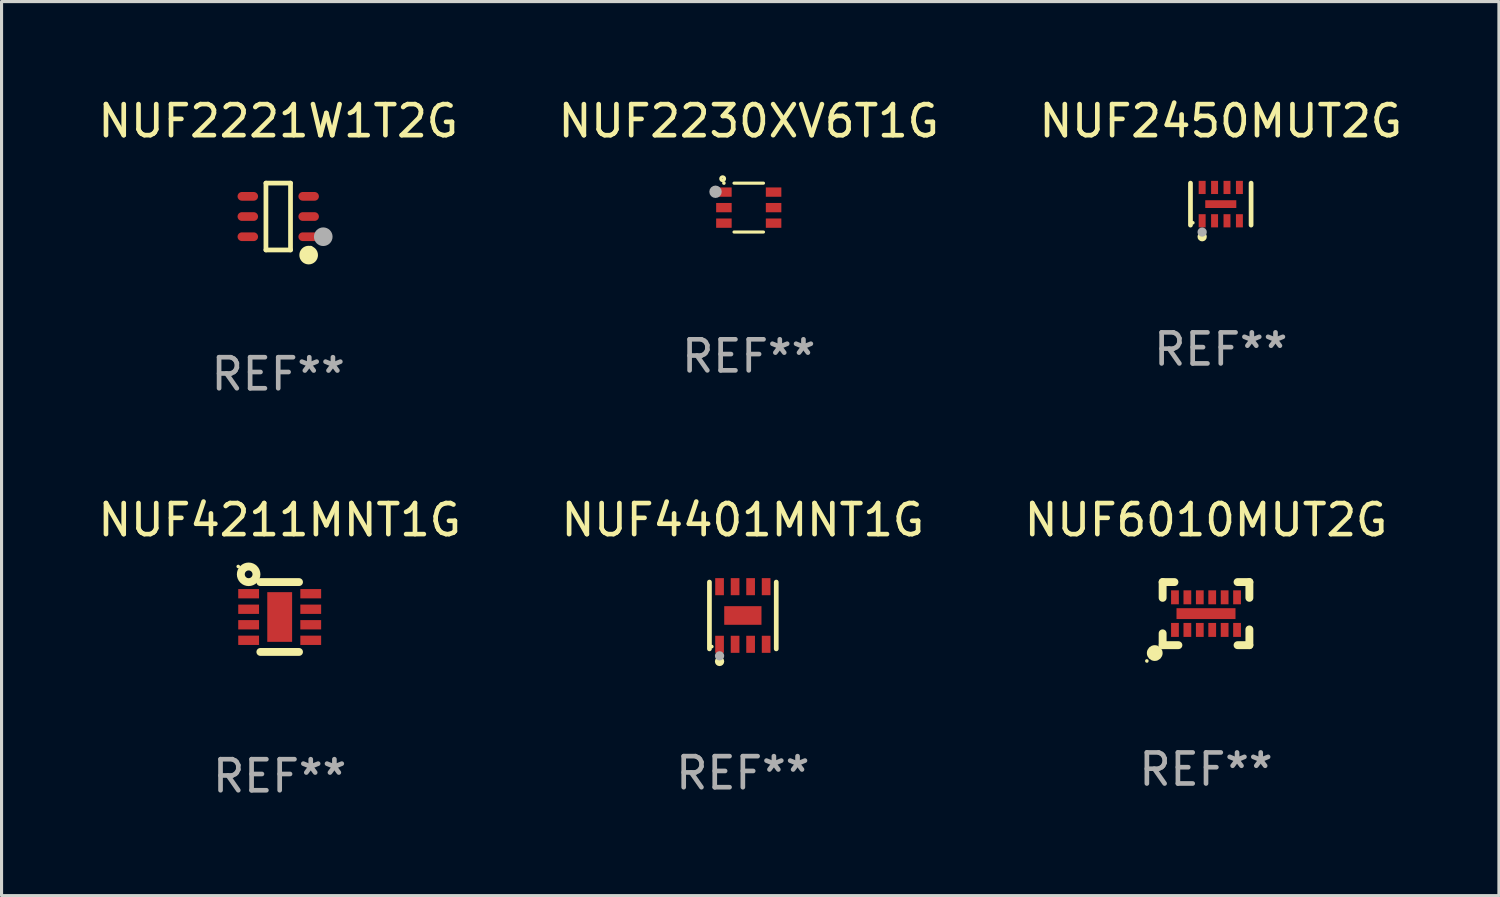
<source format=kicad_pcb>
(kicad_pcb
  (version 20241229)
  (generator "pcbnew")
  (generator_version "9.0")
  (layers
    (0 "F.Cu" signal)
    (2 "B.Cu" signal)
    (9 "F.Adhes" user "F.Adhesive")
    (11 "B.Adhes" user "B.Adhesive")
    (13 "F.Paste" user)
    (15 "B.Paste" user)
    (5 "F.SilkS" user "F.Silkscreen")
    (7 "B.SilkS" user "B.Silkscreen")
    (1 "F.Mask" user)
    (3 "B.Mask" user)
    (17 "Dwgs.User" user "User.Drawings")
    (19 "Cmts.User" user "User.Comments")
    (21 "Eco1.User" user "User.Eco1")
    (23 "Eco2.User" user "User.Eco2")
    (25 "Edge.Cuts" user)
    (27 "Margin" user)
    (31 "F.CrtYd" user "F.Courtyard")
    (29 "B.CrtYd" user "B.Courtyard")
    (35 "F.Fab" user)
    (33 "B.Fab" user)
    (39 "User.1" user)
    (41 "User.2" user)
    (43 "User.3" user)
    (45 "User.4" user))
  (footprint "NUF4211MNT1G"
    (layer "F.Cu")
    (at 5.958 16.822)
    (property "Reference" "NUF4211MNT1G" (at 0 -3.125 0) (layer "F.SilkS") (effects (font (size 1 1) (thickness 0.15))))
    (attr through_hole)
    (fp_line (start 0.622 -1.125) (end -0.622 -1.125) (stroke (width 0.254) (type solid)) (layer "F.SilkS"))
    (fp_line (start 0.622 1.125) (end -0.622 1.125) (stroke (width 0.254) (type solid)) (layer "F.SilkS"))
    (fp_circle (center -1.335 -1.627) (end -1.305 -1.627) (stroke (width 0.06) (type solid)) (fill no) (layer "F.SilkS"))
    (fp_circle (center -1 -1.375) (end -0.875 -1.375) (stroke (width 0.254) (type solid)) (fill no) (layer "F.SilkS"))
    (fp_text user "REF**" (at 0 5.125 0) (layer "F.Fab") (effects (font (size 1 1) (thickness 0.15))))
    (pad "1" smd rect (at -1 -0.75) (size 0.67 0.3) (layers "F.Cu" "F.Mask" "F.Paste"))
    (pad "2" smd rect (at -1 -0.25) (size 0.67 0.3) (layers "F.Cu" "F.Mask" "F.Paste"))
    (pad "3" smd rect (at -1 0.25) (size 0.67 0.3) (layers "F.Cu" "F.Mask" "F.Paste"))
    (pad "4" smd rect (at -1 0.75) (size 0.67 0.3) (layers "F.Cu" "F.Mask" "F.Paste"))
    (pad "5" smd rect (at 1 0.75) (size 0.67 0.3) (layers "F.Cu" "F.Mask" "F.Paste"))
    (pad "6" smd rect (at 1 0.25) (size 0.67 0.3) (layers "F.Cu" "F.Mask" "F.Paste"))
    (pad "7" smd rect (at 1 -0.25) (size 0.67 0.3) (layers "F.Cu" "F.Mask" "F.Paste"))
    (pad "8" smd rect (at 1 -0.75) (size 0.67 0.3) (layers "F.Cu" "F.Mask" "F.Paste"))
    (pad "9" smd rect (at 0 0 180) (size 0.8 1.6) (layers "F.Cu" "F.Mask" "F.Paste")))
  (footprint "NUF6010MUT2G"
    (layer "F.Cu")
    (at 35.792 16.713)
    (property "Reference" "NUF6010MUT2G" (at 0 -3.016 0) (layer "F.SilkS") (effects (font (size 1 1) (thickness 0.15))))
    (attr through_hole)
    (fp_line (start -1.397 -1.016) (end -1.016 -1.016) (stroke (width 0.254) (type solid)) (layer "F.SilkS"))
    (fp_line (start -1.397 -0.508) (end -1.397 -1.016) (stroke (width 0.254) (type solid)) (layer "F.SilkS"))
    (fp_line (start -1.397 1.016) (end -1.397 0.635) (stroke (width 0.254) (type solid)) (layer "F.SilkS"))
    (fp_line (start -0.889 1.016) (end -1.397 1.016) (stroke (width 0.254) (type solid)) (layer "F.SilkS"))
    (fp_line (start 1.397 -1.016) (end 1.016 -1.016) (stroke (width 0.254) (type solid)) (layer "F.SilkS"))
    (fp_line (start 1.397 -0.508) (end 1.397 -1.016) (stroke (width 0.254) (type solid)) (layer "F.SilkS"))
    (fp_line (start 1.397 0.508) (end 1.397 1.016) (stroke (width 0.254) (type solid)) (layer "F.SilkS"))
    (fp_line (start 1.397 1.016) (end 1.016 1.016) (stroke (width 0.254) (type solid)) (layer "F.SilkS"))
    (fp_circle (center -1.905 1.524) (end -1.875 1.524) (stroke (width 0.06) (type solid)) (fill no) (layer "F.SilkS"))
    (fp_circle (center -1.651 1.27) (end -1.524 1.27) (stroke (width 0.254) (type solid)) (fill no) (layer "F.SilkS"))
    (fp_text user "REF**" (at 0 5.016 0) (layer "F.Fab") (effects (font (size 1 1) (thickness 0.15))))
    (pad "1" smd rect (at -1 0.525) (size 0.25 0.45) (layers "F.Cu" "F.Mask" "F.Paste"))
    (pad "2" smd rect (at -0.6 0.525) (size 0.25 0.45) (layers "F.Cu" "F.Mask" "F.Paste"))
    (pad "3" smd rect (at -0.2 0.525) (size 0.25 0.45) (layers "F.Cu" "F.Mask" "F.Paste"))
    (pad "4" smd rect (at 0.2 0.525) (size 0.25 0.45) (layers "F.Cu" "F.Mask" "F.Paste"))
    (pad "5" smd rect (at 0.6 0.525) (size 0.25 0.45) (layers "F.Cu" "F.Mask" "F.Paste"))
    (pad "6" smd rect (at 1 0.525) (size 0.25 0.45) (layers "F.Cu" "F.Mask" "F.Paste"))
    (pad "7" smd rect (at 1 -0.525) (size 0.25 0.45) (layers "F.Cu" "F.Mask" "F.Paste"))
    (pad "8" smd rect (at 0.6 -0.525) (size 0.25 0.45) (layers "F.Cu" "F.Mask" "F.Paste"))
    (pad "9" smd rect (at 0.2 -0.525) (size 0.25 0.45) (layers "F.Cu" "F.Mask" "F.Paste"))
    (pad "10" smd rect (at -0.2 -0.525) (size 0.25 0.45) (layers "F.Cu" "F.Mask" "F.Paste"))
    (pad "11" smd rect (at -0.6 -0.525) (size 0.25 0.45) (layers "F.Cu" "F.Mask" "F.Paste"))
    (pad "12" smd rect (at -1 -0.525) (size 0.25 0.45) (layers "F.Cu" "F.Mask" "F.Paste"))
    (pad "13" smd rect (at 0 0.000102) (size 1.9 0.35) (layers "F.Cu" "F.Mask" "F.Paste")))
  (footprint "NUF2450MUT2G"
    (layer "F.Cu")
    (at 36.268 3.524)
    (property "Reference" "NUF2450MUT2G" (at 0 -2.676 0) (layer "F.SilkS") (effects (font (size 1 1) (thickness 0.15))))
    (attr through_hole)
    (fp_line (start -0.976 0.676) (end -0.976 -0.676) (stroke (width 0.152) (type solid)) (layer "F.SilkS"))
    (fp_line (start 0.976 0.676) (end 0.976 -0.676) (stroke (width 0.152) (type solid)) (layer "F.SilkS"))
    (fp_circle (center -0.9 0.6) (end -0.87 0.6) (stroke (width 0.06) (type solid)) (fill no) (layer "F.SilkS"))
    (fp_circle (center -0.6 1.05) (end -0.525 1.05) (stroke (width 0.15) (type solid)) (fill no) (layer "F.SilkS"))
    (fp_circle (center -0.6 0.9) (end -0.525 0.9) (stroke (width 0.15) (type solid)) (fill no) (layer "F.Fab"))
    (fp_text user "REF**" (at 0 4.676 0) (layer "F.Fab") (effects (font (size 1 1) (thickness 0.15))))
    (pad "1" smd rect (at -0.6 0.537 90) (size 0.425 0.224) (layers "F.Cu" "F.Mask" "F.Paste"))
    (pad "2" smd rect (at -0.2 0.537 90) (size 0.425 0.224) (layers "F.Cu" "F.Mask" "F.Paste"))
    (pad "3" smd rect (at 0.2 0.537 90) (size 0.425 0.224) (layers "F.Cu" "F.Mask" "F.Paste"))
    (pad "4" smd rect (at 0.6 0.537 90) (size 0.425 0.224) (layers "F.Cu" "F.Mask" "F.Paste"))
    (pad "5" smd rect (at 0.6 -0.537 90) (size 0.425 0.224) (layers "F.Cu" "F.Mask" "F.Paste"))
    (pad "6" smd rect (at 0.2 -0.537 90) (size 0.425 0.224) (layers "F.Cu" "F.Mask" "F.Paste"))
    (pad "7" smd rect (at -0.2 -0.537 90) (size 0.425 0.224) (layers "F.Cu" "F.Mask" "F.Paste"))
    (pad "8" smd rect (at -0.6 -0.537 90) (size 0.425 0.224) (layers "F.Cu" "F.Mask" "F.Paste"))
    (pad "9" smd rect (at 0 0 90) (size 0.25 1) (layers "F.Cu" "F.Mask" "F.Paste")))
  (footprint "NUF2230XV6T1G"
    (layer "F.Cu")
    (at 21.065 3.636)
    (property "Reference" "NUF2230XV6T1G" (at 0 -2.787 0) (layer "F.SilkS") (effects (font (size 1 1) (thickness 0.15))))
    (attr through_hole)
    (fp_line (start 0.475 -0.787) (end -0.475 -0.787) (stroke (width 0.1) (type solid)) (layer "F.SilkS"))
    (fp_line (start 0.475 0.787) (end -0.475 0.787) (stroke (width 0.1) (type solid)) (layer "F.SilkS"))
    (fp_circle (center -0.84 -0.93) (end -0.78 -0.93) (stroke (width 0.102) (type solid)) (fill no) (layer "F.SilkS"))
    (fp_circle (center -0.8 -0.79) (end -0.77 -0.79) (stroke (width 0.06) (type solid)) (fill no) (layer "F.SilkS"))
    (fp_circle (center -1.07 -0.51) (end -0.97 -0.51) (stroke (width 0.2) (type solid)) (fill no) (layer "F.Fab"))
    (fp_text user "REF**" (at 0 4.787 0) (layer "F.Fab") (effects (font (size 1 1) (thickness 0.15))))
    (pad "1" smd rect (at -0.8 -0.499 270) (size 0.3 0.5) (layers "F.Cu" "F.Mask" "F.Paste"))
    (pad "2" smd rect (at -0.8 0.001 270) (size 0.3 0.5) (layers "F.Cu" "F.Mask" "F.Paste"))
    (pad "3" smd rect (at -0.8 0.501 270) (size 0.3 0.5) (layers "F.Cu" "F.Mask" "F.Paste"))
    (pad "4" smd rect (at 0.8 0.501 270) (size 0.3 0.5) (layers "F.Cu" "F.Mask" "F.Paste"))
    (pad "5" smd rect (at 0.8 0.001 270) (size 0.3 0.5) (layers "F.Cu" "F.Mask" "F.Paste"))
    (pad "6" smd rect (at 0.8 -0.499 270) (size 0.3 0.5) (layers "F.Cu" "F.Mask" "F.Paste")))
  (footprint "NUF4401MNT1G"
    (layer "F.Cu")
    (at 20.875 16.773)
    (property "Reference" "NUF4401MNT1G" (at 0 -3.076 0) (layer "F.SilkS") (effects (font (size 1 1) (thickness 0.15))))
    (attr through_hole)
    (fp_line (start -1.076 1.076) (end -1.076 -1.076) (stroke (width 0.152) (type solid)) (layer "F.SilkS"))
    (fp_line (start 1.076 1.076) (end 1.076 -1.076) (stroke (width 0.152) (type solid)) (layer "F.SilkS"))
    (fp_circle (center -1 1) (end -0.97 1) (stroke (width 0.06) (type solid)) (fill no) (layer "F.SilkS"))
    (fp_circle (center -0.75 1.48) (end -0.675 1.48) (stroke (width 0.15) (type solid)) (fill no) (layer "F.SilkS"))
    (fp_circle (center -0.75 1.3) (end -0.675 1.3) (stroke (width 0.15) (type solid)) (fill no) (layer "F.Fab"))
    (fp_text user "REF**" (at 0 5.076 0) (layer "F.Fab") (effects (font (size 1 1) (thickness 0.15))))
    (pad "1" smd rect (at -0.75 0.928) (size 0.28 0.55) (layers "F.Cu" "F.Mask" "F.Paste"))
    (pad "2" smd rect (at -0.25 0.928) (size 0.28 0.55) (layers "F.Cu" "F.Mask" "F.Paste"))
    (pad "3" smd rect (at 0.25 0.928) (size 0.28 0.55) (layers "F.Cu" "F.Mask" "F.Paste"))
    (pad "4" smd rect (at 0.75 0.928) (size 0.28 0.55) (layers "F.Cu" "F.Mask" "F.Paste"))
    (pad "5" smd rect (at 0.75 -0.928) (size 0.28 0.55) (layers "F.Cu" "F.Mask" "F.Paste"))
    (pad "6" smd rect (at 0.25 -0.928) (size 0.28 0.55) (layers "F.Cu" "F.Mask" "F.Paste"))
    (pad "7" smd rect (at -0.25 -0.928) (size 0.28 0.55) (layers "F.Cu" "F.Mask" "F.Paste"))
    (pad "8" smd rect (at -0.75 -0.928) (size 0.28 0.55) (layers "F.Cu" "F.Mask" "F.Paste"))
    (pad "9" smd rect (at 0 0) (size 1.2 0.6) (layers "F.Cu" "F.Mask" "F.Paste")))
  (footprint "NUF2221W1T2G"
    (layer "F.Cu")
    (at 5.911 3.924)
    (property "Reference" "NUF2221W1T2G" (at 0 -3.076 0) (layer "F.SilkS") (effects (font (size 1 1) (thickness 0.15))))
    (attr through_hole)
    (fp_line (start -0.396 -1.076) (end 0.396 -1.076) (stroke (width 0.152) (type solid)) (layer "F.SilkS"))
    (fp_line (start -0.396 1.076) (end -0.396 -1.076) (stroke (width 0.152) (type solid)) (layer "F.SilkS"))
    (fp_line (start 0.396 -1.076) (end 0.396 1.076) (stroke (width 0.152) (type solid)) (layer "F.SilkS"))
    (fp_line (start 0.396 1.076) (end -0.396 1.076) (stroke (width 0.152) (type solid)) (layer "F.SilkS"))
    (fp_circle (center 0.98 1.242) (end 1.13 1.242) (stroke (width 0.3) (type solid)) (fill no) (layer "F.SilkS"))
    (fp_circle (center 1.05 1) (end 1.08 1) (stroke (width 0.06) (type solid)) (fill no) (layer "F.SilkS"))
    (fp_circle (center 1.45 0.65) (end 1.6 0.65) (stroke (width 0.3) (type solid)) (fill no) (layer "F.Fab"))
    (fp_text user "REF**" (at 0 5.076 0) (layer "F.Fab") (effects (font (size 1 1) (thickness 0.15))))
    (pad "1" smd oval (at 0.98 0.65 90) (size 0.28 0.66) (layers "F.Cu" "F.Mask" "F.Paste"))
    (pad "2" smd oval (at 0.98 0 90) (size 0.28 0.66) (layers "F.Cu" "F.Mask" "F.Paste"))
    (pad "3" smd oval (at 0.98 -0.65 90) (size 0.28 0.66) (layers "F.Cu" "F.Mask" "F.Paste"))
    (pad "4" smd oval (at -0.98 -0.65 90) (size 0.28 0.66) (layers "F.Cu" "F.Mask" "F.Paste"))
    (pad "5" smd oval (at -0.98 0 90) (size 0.28 0.66) (layers "F.Cu" "F.Mask" "F.Paste"))
    (pad "6" smd oval (at -0.98 0.65 90) (size 0.28 0.66) (layers "F.Cu" "F.Mask" "F.Paste")))
  (gr_rect
    (start -3 -3)
    (end 45.226 25.795)
    (stroke (width 0.1) (type default))
    (fill no)
    (layer "Edge.Cuts")))
</source>
